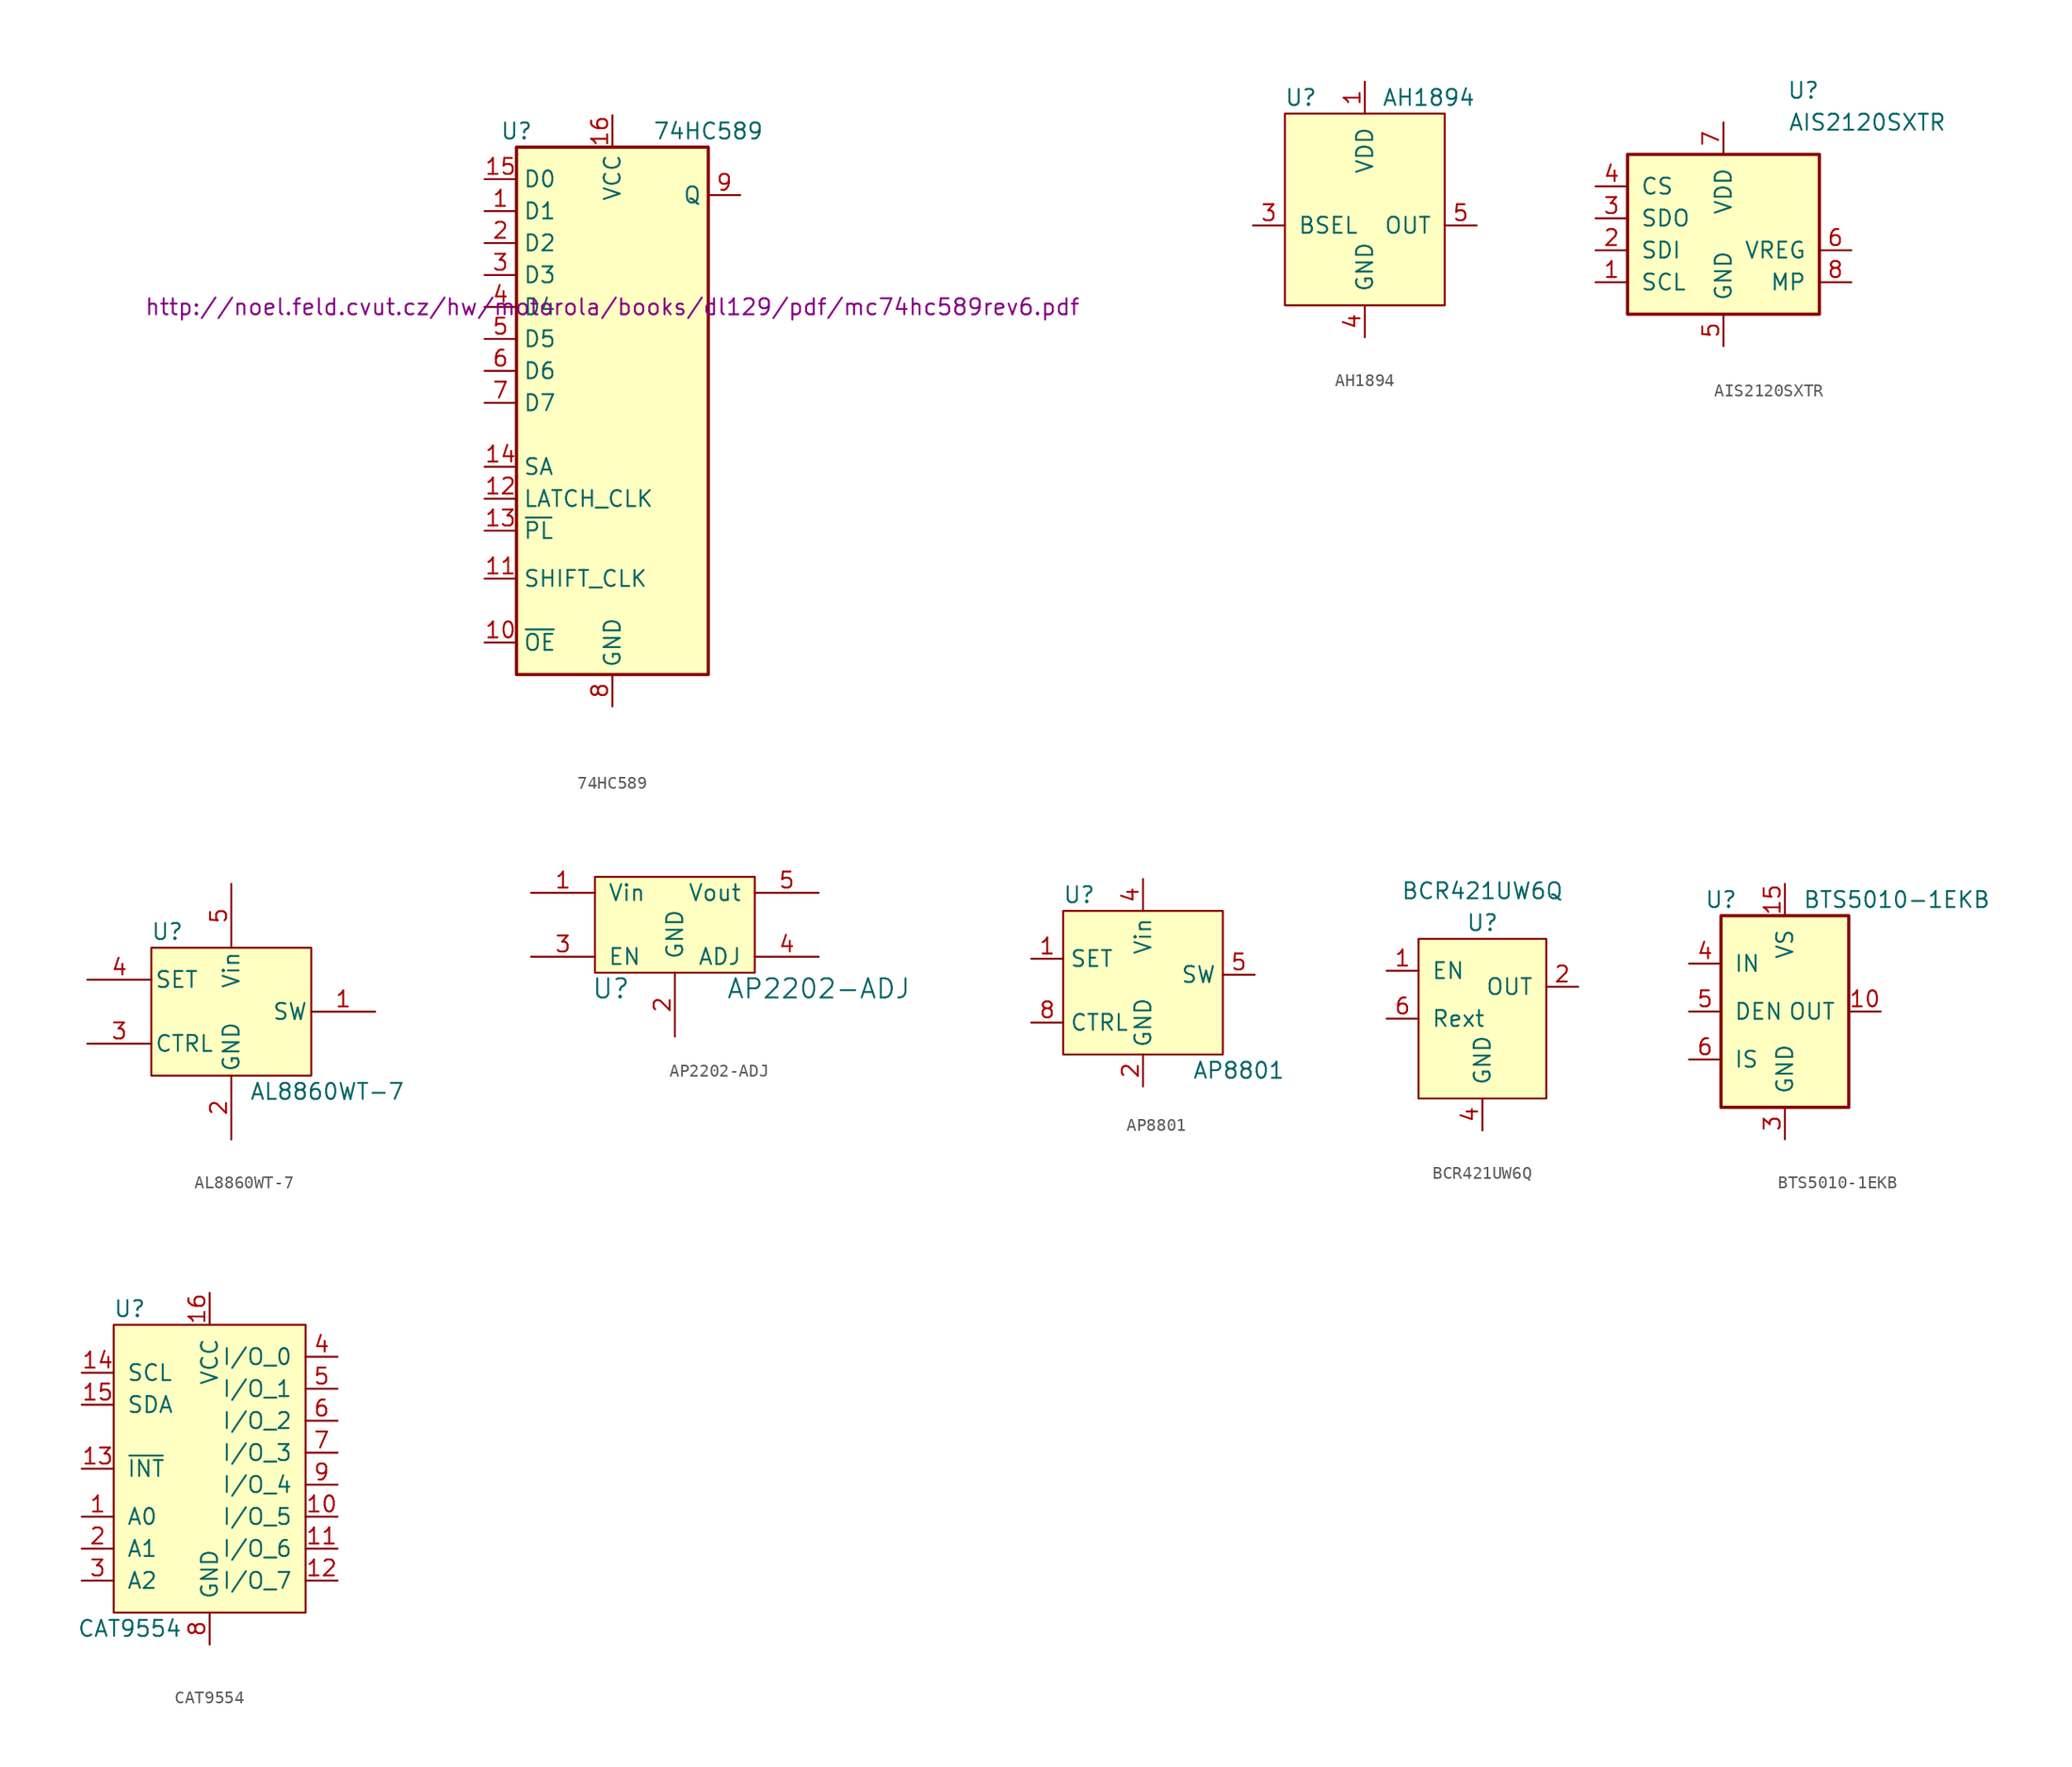
<source format=kicad_sym>
(kicad_symbol_lib
  (version 20211014)
  (generator kicad_symbol_editor)
  (symbol "74HC589"
    (property "Reference" "U"
      (at -7.62 13.97 0)
      (effects (font (size 1.27 1.27))))
    (property "Value" "74HC589"
      (at 7.62 13.97 0)
      (effects (font (size 1.27 1.27))))
    (property "Datasheet" "http://noel.feld.cvut.cz/hw/motorola/books/dl129/pdf/mc74hc589rev6.pdf"
      (at 0 0 0)
      (effects (font (size 1.27 1.27))))
    (symbol "74HC589_1_0"
      (pin power_in line (at 0 15.24 270) (length 2.54) (name "VCC" (effects (font (size 1.27 1.27)))) (number "16" (effects (font (size 1.27 1.27)))))
      (pin power_in line (at 0 -31.75 90) (length 2.54) (name "GND" (effects (font (size 1.27 1.27)))) (number "8" (effects (font (size 1.27 1.27))))))
    (symbol "74HC589_1_1"
      (rectangle (start -7.62 12.7) (end 7.62 -29.21) (stroke (width 0.254) (type default) (color 0 0 0 0)) (fill (type background)))
      (pin input line (at -10.16 7.62 0) (length 2.54) (name "D1" (effects (font (size 1.27 1.27)))) (number "1" (effects (font (size 1.27 1.27)))))
      (pin input line (at -10.16 -26.67 0) (length 2.54) (name "~{OE}" (effects (font (size 1.27 1.27)))) (number "10" (effects (font (size 1.27 1.27)))))
      (pin input line (at -10.16 -21.59 0) (length 2.54) (name "SHIFT_CLK" (effects (font (size 1.27 1.27)))) (number "11" (effects (font (size 1.27 1.27)))))
      (pin input line (at -10.16 -15.24 0) (length 2.54) (name "LATCH_CLK" (effects (font (size 1.27 1.27)))) (number "12" (effects (font (size 1.27 1.27)))))
      (pin input line (at -10.16 -17.78 0) (length 2.54) (name "~{PL}" (effects (font (size 1.27 1.27)))) (number "13" (effects (font (size 1.27 1.27)))))
      (pin input line (at -10.16 -12.7 0) (length 2.54) (name "SA" (effects (font (size 1.27 1.27)))) (number "14" (effects (font (size 1.27 1.27)))))
      (pin input line (at -10.16 10.16 0) (length 2.54) (name "D0" (effects (font (size 1.27 1.27)))) (number "15" (effects (font (size 1.27 1.27)))))
      (pin input line (at -10.16 5.08 0) (length 2.54) (name "D2" (effects (font (size 1.27 1.27)))) (number "2" (effects (font (size 1.27 1.27)))))
      (pin input line (at -10.16 2.54 0) (length 2.54) (name "D3" (effects (font (size 1.27 1.27)))) (number "3" (effects (font (size 1.27 1.27)))))
      (pin input line (at -10.16 0 0) (length 2.54) (name "D4" (effects (font (size 1.27 1.27)))) (number "4" (effects (font (size 1.27 1.27)))))
      (pin input line (at -10.16 -2.54 0) (length 2.54) (name "D5" (effects (font (size 1.27 1.27)))) (number "5" (effects (font (size 1.27 1.27)))))
      (pin input line (at -10.16 -5.08 0) (length 2.54) (name "D6" (effects (font (size 1.27 1.27)))) (number "6" (effects (font (size 1.27 1.27)))))
      (pin input line (at -10.16 -7.62 0) (length 2.54) (name "D7" (effects (font (size 1.27 1.27)))) (number "7" (effects (font (size 1.27 1.27)))))
      (pin output line (at 10.16 8.89 180) (length 2.54) (name "Q" (effects (font (size 1.27 1.27)))) (number "9" (effects (font (size 1.27 1.27)))))))
  (symbol "AH1894"
    (pin_names
      (offset 1.016))
    (property "Reference" "U"
      (at -5.08 7.62 0)
      (effects (font (size 1.27 1.27))))
    (property "Value" "AH1894"
      (at 5.08 7.62 0)
      (effects (font (size 1.27 1.27))))
    (symbol "AH1894_0_1"
      (rectangle (start -6.35 6.35) (end 6.35 -8.89) (stroke (width 0) (type default) (color 0 0 0 0)) (fill (type background))))
    (symbol "AH1894_1_1"
      (pin power_in line (at 0 8.89 270) (length 2.54) (name "VDD" (effects (font (size 1.27 1.27)))) (number "1" (effects (font (size 1.27 1.27)))))
      (pin no_connect line (at -6.35 0 0) (length 2.54) hide (name "NC" (effects (font (size 1.27 1.27)))) (number "2" (effects (font (size 1.27 1.27)))))
      (pin input line (at -8.89 -2.54 0) (length 2.54) (name "BSEL" (effects (font (size 1.27 1.27)))) (number "3" (effects (font (size 1.27 1.27)))))
      (pin power_in line (at 0 -11.43 90) (length 2.54) (name "GND" (effects (font (size 1.27 1.27)))) (number "4" (effects (font (size 1.27 1.27)))))
      (pin output line (at 8.89 -2.54 180) (length 2.54) (name "OUT" (effects (font (size 1.27 1.27)))) (number "5" (effects (font (size 1.27 1.27)))))))
  (symbol "AIS2120SXTR"
    (pin_names
      (offset 1.016))
    (property "Reference" "U"
      (at 6.35 6.35 0)
      (effects (font (size 1.27 1.27))))
    (property "Value" "AIS2120SXTR"
      (at 11.43 3.81 0)
      (effects (font (size 1.27 1.27))))
    (symbol "AIS2120SXTR_0_0"
      (pin input line (at -10.16 -8.89 0) (length 2.54) (name "SCL" (effects (font (size 1.27 1.27)))) (number "1" (effects (font (size 1.27 1.27)))))
      (pin input line (at -10.16 -6.35 0) (length 2.54) (name "SDI" (effects (font (size 1.27 1.27)))) (number "2" (effects (font (size 1.27 1.27)))))
      (pin output line (at -10.16 -3.81 0) (length 2.54) (name "SDO" (effects (font (size 1.27 1.27)))) (number "3" (effects (font (size 1.27 1.27)))))
      (pin input line (at -10.16 -1.27 0) (length 2.54) (name "CS" (effects (font (size 1.27 1.27)))) (number "4" (effects (font (size 1.27 1.27)))))
      (pin power_in line (at 0 -13.97 90) (length 2.54) (name "GND" (effects (font (size 1.27 1.27)))) (number "5" (effects (font (size 1.27 1.27)))))
      (pin output line (at 10.16 -6.35 180) (length 2.54) (name "VREG" (effects (font (size 1.27 1.27)))) (number "6" (effects (font (size 1.27 1.27)))))
      (pin power_in line (at 0 3.81 270) (length 2.54) (name "VDD" (effects (font (size 1.27 1.27)))) (number "7" (effects (font (size 1.27 1.27)))))
      (pin input line (at 10.16 -8.89 180) (length 2.54) (name "MP" (effects (font (size 1.27 1.27)))) (number "8" (effects (font (size 1.27 1.27))))))
    (symbol "AIS2120SXTR_0_1"
      (rectangle (start -7.62 1.27) (end 7.62 -11.43) (stroke (width 0.254) (type default) (color 0 0 0 0)) (fill (type background)))))
  (symbol "AL8860WT-7"
    (pin_names
      (offset 0.254))
    (property "Reference" "U"
      (at -5.08 6.35 0)
      (effects (font (size 1.27 1.27))))
    (property "Value" "AL8860WT-7"
      (at 7.62 -6.35 0)
      (effects (font (size 1.27 1.27))))
    (symbol "AL8860WT-7_0_1"
      (rectangle (start -6.35 5.08) (end 6.35 -5.08) (stroke (width 0) (type default) (color 0 0 0 0)) (fill (type background))))
    (symbol "AL8860WT-7_1_1"
      (pin open_collector line (at 11.43 0 180) (length 5.08) (name "SW" (effects (font (size 1.27 1.27)))) (number "1" (effects (font (size 1.27 1.27)))))
      (pin power_in line (at 0 -10.16 90) (length 5.08) (name "GND" (effects (font (size 1.27 1.27)))) (number "2" (effects (font (size 1.27 1.27)))))
      (pin input line (at -11.43 -2.54 0) (length 5.08) (name "CTRL" (effects (font (size 1.27 1.27)))) (number "3" (effects (font (size 1.27 1.27)))))
      (pin input line (at -11.43 2.54 0) (length 5.08) (name "SET" (effects (font (size 1.27 1.27)))) (number "4" (effects (font (size 1.27 1.27)))))
      (pin power_in line (at 0 10.16 270) (length 5.08) (name "Vin" (effects (font (size 1.27 1.27)))) (number "5" (effects (font (size 1.27 1.27)))))))
  (symbol "AP2202-ADJ"
    (pin_names
      (offset 1.016))
    (property "Reference" "U"
      (at -5.08 -5.08 0)
      (effects (font (size 1.524 1.524))))
    (property "Value" "AP2202-ADJ"
      (at 11.43 -5.08 0)
      (effects (font (size 1.524 1.524))))
    (symbol "AP2202-ADJ_0_1"
      (rectangle (start -6.35 3.81) (end 6.35 -3.81) (stroke (width 0) (type default) (color 0 0 0 0)) (fill (type background))))
    (symbol "AP2202-ADJ_1_1"
      (pin power_in line (at -11.43 2.54 0) (length 5.08) (name "Vin" (effects (font (size 1.27 1.27)))) (number "1" (effects (font (size 1.27 1.27)))))
      (pin power_in line (at 0 -8.89 90) (length 5.08) (name "GND" (effects (font (size 1.27 1.27)))) (number "2" (effects (font (size 1.27 1.27)))))
      (pin input line (at -11.43 -2.54 0) (length 5.08) (name "EN" (effects (font (size 1.27 1.27)))) (number "3" (effects (font (size 1.27 1.27)))))
      (pin passive line (at 11.43 -2.54 180) (length 5.08) (name "ADJ" (effects (font (size 1.27 1.27)))) (number "4" (effects (font (size 1.27 1.27)))))
      (pin power_out line (at 11.43 2.54 180) (length 5.08) (name "Vout" (effects (font (size 1.27 1.27)))) (number "5" (effects (font (size 1.27 1.27)))))))
  (symbol "AP8801"
    (property "Reference" "U"
      (at -5.08 6.35 0)
      (effects (font (size 1.27 1.27))))
    (property "Value" "AP8801"
      (at 7.62 -7.62 0)
      (effects (font (size 1.27 1.27))))
    (symbol "AP8801_0_1"
      (rectangle (start -6.35 5.08) (end 6.35 -6.35) (stroke (width 0) (type default) (color 0 0 0 0)) (fill (type background))))
    (symbol "AP8801_1_1"
      (pin input line (at -8.89 1.27 0) (length 2.54) (name "SET" (effects (font (size 1.27 1.27)))) (number "1" (effects (font (size 1.27 1.27)))))
      (pin power_in line (at 0 -8.89 90) (length 2.54) (name "GND" (effects (font (size 1.27 1.27)))) (number "2" (effects (font (size 1.27 1.27)))))
      (pin no_connect line (at -6.35 -1.27 0) (length 2.54) hide (name "N/C" (effects (font (size 1.27 1.27)))) (number "3" (effects (font (size 1.27 1.27)))))
      (pin power_in line (at 0 7.62 270) (length 2.54) (name "Vin" (effects (font (size 1.27 1.27)))) (number "4" (effects (font (size 1.27 1.27)))))
      (pin open_collector line (at 8.89 0 180) (length 2.54) (name "SW" (effects (font (size 1.27 1.27)))) (number "5" (effects (font (size 1.27 1.27)))))
      (pin open_collector line (at 8.89 0 180) (length 2.54) hide (name "SW" (effects (font (size 1.27 1.27)))) (number "6" (effects (font (size 1.27 1.27)))))
      (pin passive line (at 0 -8.89 90) (length 2.54) hide (name "GND" (effects (font (size 1.27 1.27)))) (number "7" (effects (font (size 1.27 1.27)))))
      (pin input line (at -8.89 -3.81 0) (length 2.54) (name "CTRL" (effects (font (size 1.27 1.27)))) (number "8" (effects (font (size 1.27 1.27)))))))
  (symbol "BCR421UW6Q"
    (pin_names
      (offset 1.016))
    (property "Reference" "U"
      (at 0 0 0)
      (effects (font (size 1.27 1.27))))
    (property "Value" "BCR421UW6Q"
      (at 0 2.54 0)
      (effects (font (size 1.27 1.27))))
    (symbol "BCR421UW6Q_0_1"
      (rectangle (start -5.08 -1.27) (end 5.08 -13.97) (stroke (width 0) (type default) (color 0 0 0 0)) (fill (type background))))
    (symbol "BCR421UW6Q_1_1"
      (pin input line (at -7.62 -3.81 0) (length 2.54) (name "EN" (effects (font (size 1.27 1.27)))) (number "1" (effects (font (size 1.27 1.27)))))
      (pin power_out line (at 7.62 -5.08 180) (length 2.54) (name "OUT" (effects (font (size 1.27 1.27)))) (number "2" (effects (font (size 1.27 1.27)))))
      (pin power_out line (at 7.62 -5.08 180) (length 2.54) hide (name "OUT" (effects (font (size 1.27 1.27)))) (number "3" (effects (font (size 1.27 1.27)))))
      (pin power_in line (at 0 -16.51 90) (length 2.54) (name "GND" (effects (font (size 1.27 1.27)))) (number "4" (effects (font (size 1.27 1.27)))))
      (pin power_out line (at 7.62 -5.08 180) (length 2.54) hide (name "OUT" (effects (font (size 1.27 1.27)))) (number "5" (effects (font (size 1.27 1.27)))))
      (pin input line (at -7.62 -7.62 0) (length 2.54) (name "Rext" (effects (font (size 1.27 1.27)))) (number "6" (effects (font (size 1.27 1.27)))))))
  (symbol "BTS5010-1EKB"
    (pin_names
      (offset 1.016))
    (property "Reference" "U"
      (at -5.08 8.89 0)
      (effects (font (size 1.27 1.27))))
    (property "Value" "BTS5010-1EKB"
      (at 8.89 8.89 0)
      (effects (font (size 1.27 1.27))))
    (symbol "BTS5010-1EKB_0_1"
      (rectangle (start -5.08 7.62) (end 5.08 -7.62) (stroke (width 0.254) (type default) (color 0 0 0 0)) (fill (type background))))
    (symbol "BTS5010-1EKB_1_1"
      (pin no_connect line (at 7.62 2.54 180) (length 2.54) hide (name "NC" (effects (font (size 1.27 1.27)))) (number "1" (effects (font (size 1.27 1.27)))))
      (pin power_out line (at 7.62 0 180) (length 2.54) (name "OUT" (effects (font (size 1.27 1.27)))) (number "10" (effects (font (size 1.27 1.27)))))
      (pin passive line (at 7.62 0 180) (length 2.54) hide (name "OUT" (effects (font (size 1.27 1.27)))) (number "11" (effects (font (size 1.27 1.27)))))
      (pin passive line (at 7.62 0 180) (length 2.54) hide (name "OUT" (effects (font (size 1.27 1.27)))) (number "12" (effects (font (size 1.27 1.27)))))
      (pin no_connect line (at 7.62 2.54 180) (length 2.54) hide (name "NC" (effects (font (size 1.27 1.27)))) (number "13" (effects (font (size 1.27 1.27)))))
      (pin no_connect line (at 7.62 2.54 180) (length 2.54) hide (name "NC" (effects (font (size 1.27 1.27)))) (number "14" (effects (font (size 1.27 1.27)))))
      (pin power_in line (at 0 10.16 270) (length 2.54) (name "VS" (effects (font (size 1.27 1.27)))) (number "15" (effects (font (size 1.27 1.27)))))
      (pin no_connect line (at 7.62 2.54 180) (length 2.54) hide (name "NC" (effects (font (size 1.27 1.27)))) (number "2" (effects (font (size 1.27 1.27)))))
      (pin power_in line (at 0 -10.16 90) (length 2.54) (name "GND" (effects (font (size 1.27 1.27)))) (number "3" (effects (font (size 1.27 1.27)))))
      (pin input line (at -7.62 3.81 0) (length 2.54) (name "IN" (effects (font (size 1.27 1.27)))) (number "4" (effects (font (size 1.27 1.27)))))
      (pin input line (at -7.62 0 0) (length 2.54) (name "DEN" (effects (font (size 1.27 1.27)))) (number "5" (effects (font (size 1.27 1.27)))))
      (pin output line (at -7.62 -3.81 0) (length 2.54) (name "IS" (effects (font (size 1.27 1.27)))) (number "6" (effects (font (size 1.27 1.27)))))
      (pin no_connect line (at 7.62 2.54 180) (length 2.54) hide (name "NC" (effects (font (size 1.27 1.27)))) (number "7" (effects (font (size 1.27 1.27)))))
      (pin no_connect line (at 7.62 2.54 180) (length 2.54) hide (name "NC" (effects (font (size 1.27 1.27)))) (number "8" (effects (font (size 1.27 1.27)))))
      (pin no_connect line (at 7.62 2.54 180) (length 2.54) hide (name "NC" (effects (font (size 1.27 1.27)))) (number "9" (effects (font (size 1.27 1.27)))))))
  (symbol "CAT9554"
    (pin_names
      (offset 1.016))
    (property "Reference" "U"
      (at -6.35 12.7 0)
      (effects (font (size 1.27 1.27))))
    (property "Value" "CAT9554"
      (at -6.35 -12.7 0)
      (effects (font (size 1.27 1.27))))
    (symbol "CAT9554_0_1"
      (rectangle (start -7.62 11.43) (end 7.62 -11.43) (stroke (width 0) (type default) (color 0 0 0 0)) (fill (type background))))
    (symbol "CAT9554_1_1"
      (pin input line (at -10.16 -3.81 0) (length 2.54) (name "A0" (effects (font (size 1.27 1.27)))) (number "1" (effects (font (size 1.27 1.27)))))
      (pin bidirectional line (at 10.16 -3.81 180) (length 2.54) (name "I/O_5" (effects (font (size 1.27 1.27)))) (number "10" (effects (font (size 1.27 1.27)))))
      (pin bidirectional line (at 10.16 -6.35 180) (length 2.54) (name "I/O_6" (effects (font (size 1.27 1.27)))) (number "11" (effects (font (size 1.27 1.27)))))
      (pin bidirectional line (at 10.16 -8.89 180) (length 2.54) (name "I/O_7" (effects (font (size 1.27 1.27)))) (number "12" (effects (font (size 1.27 1.27)))))
      (pin output line (at -10.16 0 0) (length 2.54) (name "~{INT}" (effects (font (size 1.27 1.27)))) (number "13" (effects (font (size 1.27 1.27)))))
      (pin input line (at -10.16 7.62 0) (length 2.54) (name "SCL" (effects (font (size 1.27 1.27)))) (number "14" (effects (font (size 1.27 1.27)))))
      (pin bidirectional line (at -10.16 5.08 0) (length 2.54) (name "SDA" (effects (font (size 1.27 1.27)))) (number "15" (effects (font (size 1.27 1.27)))))
      (pin power_in line (at 0 13.97 270) (length 2.54) (name "VCC" (effects (font (size 1.27 1.27)))) (number "16" (effects (font (size 1.27 1.27)))))
      (pin input line (at -10.16 -6.35 0) (length 2.54) (name "A1" (effects (font (size 1.27 1.27)))) (number "2" (effects (font (size 1.27 1.27)))))
      (pin input line (at -10.16 -8.89 0) (length 2.54) (name "A2" (effects (font (size 1.27 1.27)))) (number "3" (effects (font (size 1.27 1.27)))))
      (pin bidirectional line (at 10.16 8.89 180) (length 2.54) (name "I/O_0" (effects (font (size 1.27 1.27)))) (number "4" (effects (font (size 1.27 1.27)))))
      (pin bidirectional line (at 10.16 6.35 180) (length 2.54) (name "I/O_1" (effects (font (size 1.27 1.27)))) (number "5" (effects (font (size 1.27 1.27)))))
      (pin bidirectional line (at 10.16 3.81 180) (length 2.54) (name "I/O_2" (effects (font (size 1.27 1.27)))) (number "6" (effects (font (size 1.27 1.27)))))
      (pin bidirectional line (at 10.16 1.27 180) (length 2.54) (name "I/O_3" (effects (font (size 1.27 1.27)))) (number "7" (effects (font (size 1.27 1.27)))))
      (pin power_in line (at 0 -13.97 90) (length 2.54) (name "GND" (effects (font (size 1.27 1.27)))) (number "8" (effects (font (size 1.27 1.27)))))
      (pin bidirectional line (at 10.16 -1.27 180) (length 2.54) (name "I/O_4" (effects (font (size 1.27 1.27)))) (number "9" (effects (font (size 1.27 1.27))))))))
</source>
